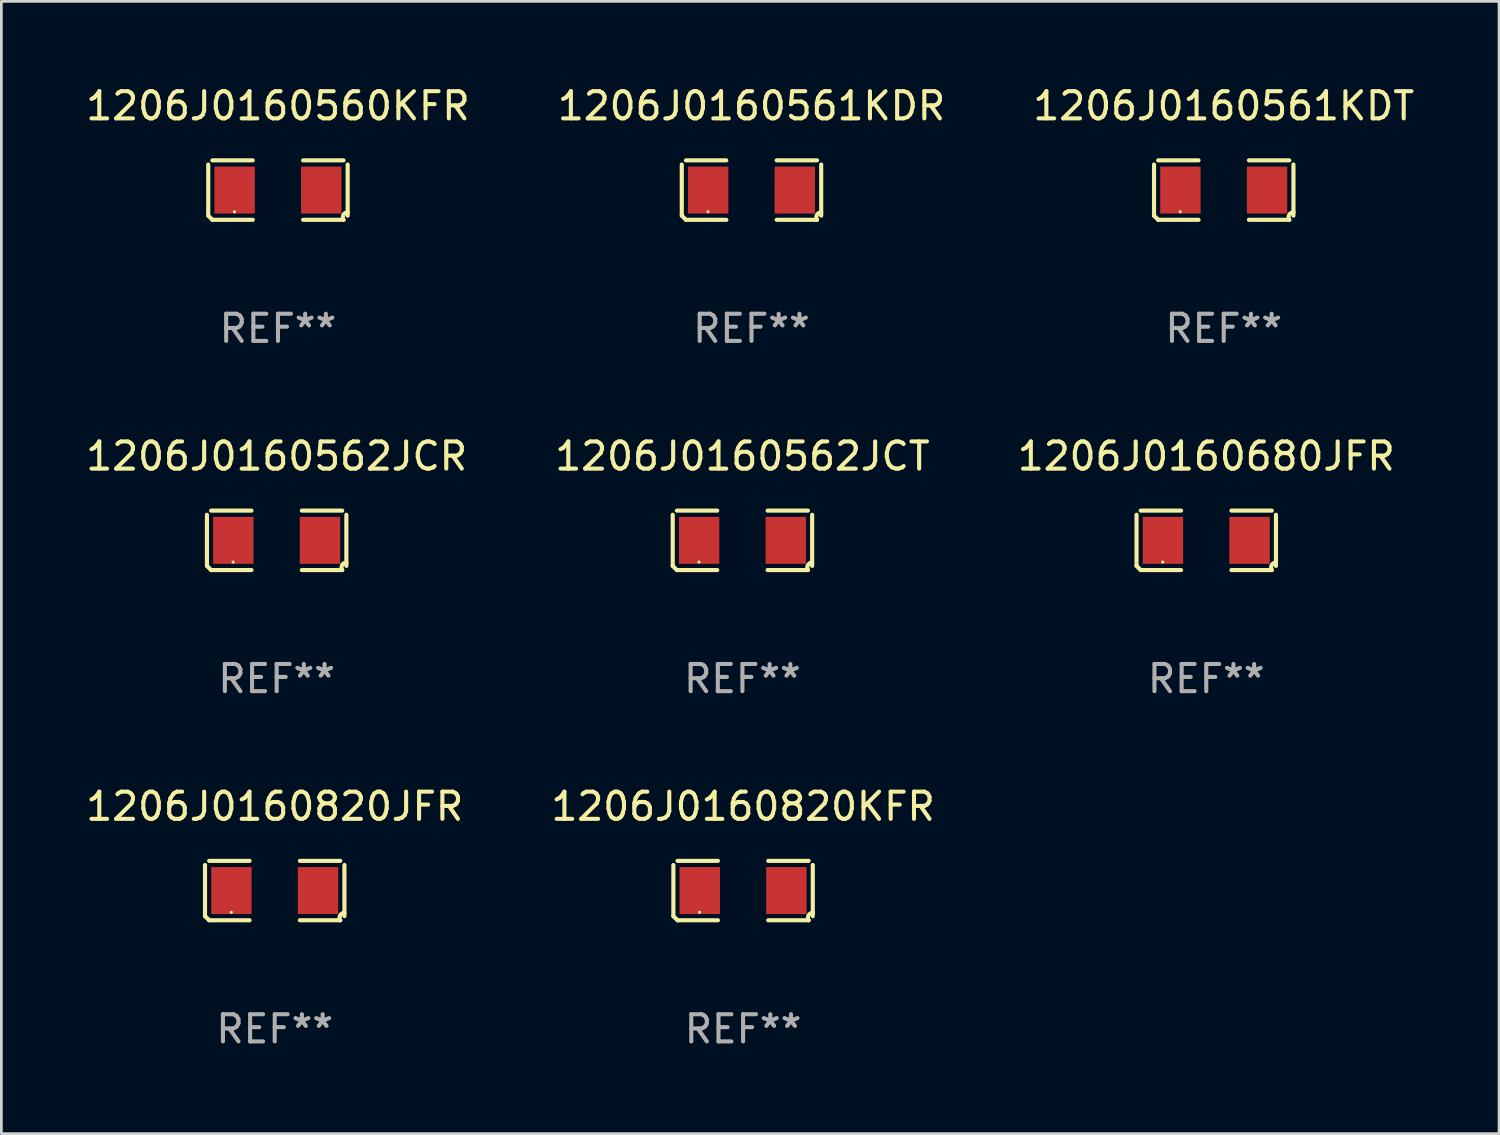
<source format=kicad_pcb>
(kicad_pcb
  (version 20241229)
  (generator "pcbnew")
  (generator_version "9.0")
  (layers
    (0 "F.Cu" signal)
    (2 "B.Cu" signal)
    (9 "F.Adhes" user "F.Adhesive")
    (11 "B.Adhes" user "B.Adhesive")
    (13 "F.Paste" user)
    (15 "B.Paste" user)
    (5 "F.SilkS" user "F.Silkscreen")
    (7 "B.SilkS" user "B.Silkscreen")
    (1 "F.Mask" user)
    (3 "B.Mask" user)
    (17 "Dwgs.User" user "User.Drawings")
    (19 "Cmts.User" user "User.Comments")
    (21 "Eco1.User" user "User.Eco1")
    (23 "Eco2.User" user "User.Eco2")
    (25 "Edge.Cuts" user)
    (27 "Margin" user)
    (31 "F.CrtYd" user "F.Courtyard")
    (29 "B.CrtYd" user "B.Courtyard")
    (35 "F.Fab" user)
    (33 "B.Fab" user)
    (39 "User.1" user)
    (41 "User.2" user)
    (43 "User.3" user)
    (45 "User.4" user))
  (footprint "1206J0160562JCT"
    (layer "F.Cu")
    (at 24.256 16.823)
    (property "Reference" "1206J0160562JCT" (at 0 -3.093 0) (layer "F.SilkS") (effects (font (size 1 1) (thickness 0.15))))
    (attr through_hole)
    (fp_line (start -2.564 0.94) (end -2.564 -0.94) (stroke (width 0.152) (type solid)) (layer "F.SilkS"))
    (fp_line (start -2.411 -1.093) (end -0.926 -1.093) (stroke (width 0.152) (type solid)) (layer "F.SilkS"))
    (fp_line (start -0.926 1.093) (end -2.411 1.093) (stroke (width 0.152) (type solid)) (layer "F.SilkS"))
    (fp_line (start 0.926 1.093) (end 2.411 1.093) (stroke (width 0.152) (type solid)) (layer "F.SilkS"))
    (fp_line (start 2.411 -1.093) (end 0.926 -1.093) (stroke (width 0.152) (type solid)) (layer "F.SilkS"))
    (fp_line (start 2.564 0.94) (end 2.564 -0.94) (stroke (width 0.152) (type solid)) (layer "F.SilkS"))
    (fp_arc (start -2.411201 1.092609) (mid -2.487413 1.01642) (end -2.563602 0.940208) (stroke (width 0.1524) (type solid)) (layer "F.SilkS"))
    (fp_arc (start 2.411201 1.092609) (mid 2.407159 0.911226) (end 2.563602 0.819347) (stroke (width 0.1524) (type solid)) (layer "F.SilkS"))
    (fp_circle (center -1.6 0.8) (end -1.57 0.8) (stroke (width 0.06) (type solid)) (fill no) (layer "F.SilkS"))
    (fp_text user "REF**" (at 0 5.093 0) (layer "F.Fab") (effects (font (size 1 1) (thickness 0.15))))
    (pad "1" smd rect (at -1.593 0) (size 1.485 1.728) (layers "F.Cu" "F.Mask" "F.Paste"))
    (pad "2" smd rect (at 1.593 0) (size 1.485 1.728) (layers "F.Cu" "F.Mask" "F.Paste")))
  (footprint "1206J0160820JFR"
    (layer "F.Cu")
    (at 7.054 29.704)
    (property "Reference" "1206J0160820JFR" (at 0 -3.093 0) (layer "F.SilkS") (effects (font (size 1 1) (thickness 0.15))))
    (attr through_hole)
    (fp_line (start -2.564 0.94) (end -2.564 -0.94) (stroke (width 0.152) (type solid)) (layer "F.SilkS"))
    (fp_line (start -2.411 -1.093) (end -0.926 -1.093) (stroke (width 0.152) (type solid)) (layer "F.SilkS"))
    (fp_line (start -0.926 1.093) (end -2.411 1.093) (stroke (width 0.152) (type solid)) (layer "F.SilkS"))
    (fp_line (start 0.926 1.093) (end 2.411 1.093) (stroke (width 0.152) (type solid)) (layer "F.SilkS"))
    (fp_line (start 2.411 -1.093) (end 0.926 -1.093) (stroke (width 0.152) (type solid)) (layer "F.SilkS"))
    (fp_line (start 2.564 0.94) (end 2.564 -0.94) (stroke (width 0.152) (type solid)) (layer "F.SilkS"))
    (fp_arc (start -2.411201 1.092609) (mid -2.487413 1.01642) (end -2.563602 0.940208) (stroke (width 0.1524) (type solid)) (layer "F.SilkS"))
    (fp_arc (start 2.411201 1.092609) (mid 2.407159 0.911226) (end 2.563602 0.819347) (stroke (width 0.1524) (type solid)) (layer "F.SilkS"))
    (fp_circle (center -1.6 0.8) (end -1.57 0.8) (stroke (width 0.06) (type solid)) (fill no) (layer "F.SilkS"))
    (fp_text user "REF**" (at 0 5.093 0) (layer "F.Fab") (effects (font (size 1 1) (thickness 0.15))))
    (pad "1" smd rect (at -1.593 0) (size 1.485 1.728) (layers "F.Cu" "F.Mask" "F.Paste"))
    (pad "2" smd rect (at 1.593 0) (size 1.485 1.728) (layers "F.Cu" "F.Mask" "F.Paste")))
  (footprint "1206J0160561KDT"
    (layer "F.Cu")
    (at 41.958 3.941)
    (property "Reference" "1206J0160561KDT" (at 0 -3.093 0) (layer "F.SilkS") (effects (font (size 1 1) (thickness 0.15))))
    (attr through_hole)
    (fp_line (start -2.564 0.94) (end -2.564 -0.94) (stroke (width 0.152) (type solid)) (layer "F.SilkS"))
    (fp_line (start -2.411 -1.093) (end -0.926 -1.093) (stroke (width 0.152) (type solid)) (layer "F.SilkS"))
    (fp_line (start -0.926 1.093) (end -2.411 1.093) (stroke (width 0.152) (type solid)) (layer "F.SilkS"))
    (fp_line (start 0.926 1.093) (end 2.411 1.093) (stroke (width 0.152) (type solid)) (layer "F.SilkS"))
    (fp_line (start 2.411 -1.093) (end 0.926 -1.093) (stroke (width 0.152) (type solid)) (layer "F.SilkS"))
    (fp_line (start 2.564 0.94) (end 2.564 -0.94) (stroke (width 0.152) (type solid)) (layer "F.SilkS"))
    (fp_arc (start -2.411201 1.092609) (mid -2.487413 1.01642) (end -2.563602 0.940208) (stroke (width 0.1524) (type solid)) (layer "F.SilkS"))
    (fp_arc (start 2.411201 1.092609) (mid 2.407159 0.911226) (end 2.563602 0.819347) (stroke (width 0.1524) (type solid)) (layer "F.SilkS"))
    (fp_circle (center -1.6 0.8) (end -1.57 0.8) (stroke (width 0.06) (type solid)) (fill no) (layer "F.SilkS"))
    (fp_text user "REF**" (at 0 5.093 0) (layer "F.Fab") (effects (font (size 1 1) (thickness 0.15))))
    (pad "1" smd rect (at -1.593 0) (size 1.485 1.728) (layers "F.Cu" "F.Mask" "F.Paste"))
    (pad "2" smd rect (at 1.593 0) (size 1.485 1.728) (layers "F.Cu" "F.Mask" "F.Paste")))
  (footprint "1206J0160680JFR"
    (layer "F.Cu")
    (at 41.315 16.823)
    (property "Reference" "1206J0160680JFR" (at 0 -3.093 0) (layer "F.SilkS") (effects (font (size 1 1) (thickness 0.15))))
    (attr through_hole)
    (fp_line (start -2.564 0.94) (end -2.564 -0.94) (stroke (width 0.152) (type solid)) (layer "F.SilkS"))
    (fp_line (start -2.411 -1.093) (end -0.926 -1.093) (stroke (width 0.152) (type solid)) (layer "F.SilkS"))
    (fp_line (start -0.926 1.093) (end -2.411 1.093) (stroke (width 0.152) (type solid)) (layer "F.SilkS"))
    (fp_line (start 0.926 1.093) (end 2.411 1.093) (stroke (width 0.152) (type solid)) (layer "F.SilkS"))
    (fp_line (start 2.411 -1.093) (end 0.926 -1.093) (stroke (width 0.152) (type solid)) (layer "F.SilkS"))
    (fp_line (start 2.564 0.94) (end 2.564 -0.94) (stroke (width 0.152) (type solid)) (layer "F.SilkS"))
    (fp_arc (start -2.411201 1.092609) (mid -2.487413 1.01642) (end -2.563602 0.940208) (stroke (width 0.1524) (type solid)) (layer "F.SilkS"))
    (fp_arc (start 2.411201 1.092609) (mid 2.407159 0.911226) (end 2.563602 0.819347) (stroke (width 0.1524) (type solid)) (layer "F.SilkS"))
    (fp_circle (center -1.6 0.8) (end -1.57 0.8) (stroke (width 0.06) (type solid)) (fill no) (layer "F.SilkS"))
    (fp_text user "REF**" (at 0 5.093 0) (layer "F.Fab") (effects (font (size 1 1) (thickness 0.15))))
    (pad "1" smd rect (at -1.593 0) (size 1.485 1.728) (layers "F.Cu" "F.Mask" "F.Paste"))
    (pad "2" smd rect (at 1.593 0) (size 1.485 1.728) (layers "F.Cu" "F.Mask" "F.Paste")))
  (footprint "1206J0160562JCR"
    (layer "F.Cu")
    (at 7.125 16.823)
    (property "Reference" "1206J0160562JCR" (at 0 -3.093 0) (layer "F.SilkS") (effects (font (size 1 1) (thickness 0.15))))
    (attr through_hole)
    (fp_line (start -2.564 0.94) (end -2.564 -0.94) (stroke (width 0.152) (type solid)) (layer "F.SilkS"))
    (fp_line (start -2.411 -1.093) (end -0.926 -1.093) (stroke (width 0.152) (type solid)) (layer "F.SilkS"))
    (fp_line (start -0.926 1.093) (end -2.411 1.093) (stroke (width 0.152) (type solid)) (layer "F.SilkS"))
    (fp_line (start 0.926 1.093) (end 2.411 1.093) (stroke (width 0.152) (type solid)) (layer "F.SilkS"))
    (fp_line (start 2.411 -1.093) (end 0.926 -1.093) (stroke (width 0.152) (type solid)) (layer "F.SilkS"))
    (fp_line (start 2.564 0.94) (end 2.564 -0.94) (stroke (width 0.152) (type solid)) (layer "F.SilkS"))
    (fp_arc (start -2.411201 1.092609) (mid -2.487413 1.01642) (end -2.563602 0.940208) (stroke (width 0.1524) (type solid)) (layer "F.SilkS"))
    (fp_arc (start 2.411201 1.092609) (mid 2.407159 0.911226) (end 2.563602 0.819347) (stroke (width 0.1524) (type solid)) (layer "F.SilkS"))
    (fp_circle (center -1.6 0.8) (end -1.57 0.8) (stroke (width 0.06) (type solid)) (fill no) (layer "F.SilkS"))
    (fp_text user "REF**" (at 0 5.093 0) (layer "F.Fab") (effects (font (size 1 1) (thickness 0.15))))
    (pad "1" smd rect (at -1.593 0) (size 1.485 1.728) (layers "F.Cu" "F.Mask" "F.Paste"))
    (pad "2" smd rect (at 1.593 0) (size 1.485 1.728) (layers "F.Cu" "F.Mask" "F.Paste")))
  (footprint "1206J0160820KFR"
    (layer "F.Cu")
    (at 24.28 29.704)
    (property "Reference" "1206J0160820KFR" (at 0 -3.093 0) (layer "F.SilkS") (effects (font (size 1 1) (thickness 0.15))))
    (attr through_hole)
    (fp_line (start -2.564 0.94) (end -2.564 -0.94) (stroke (width 0.152) (type solid)) (layer "F.SilkS"))
    (fp_line (start -2.411 -1.093) (end -0.926 -1.093) (stroke (width 0.152) (type solid)) (layer "F.SilkS"))
    (fp_line (start -0.926 1.093) (end -2.411 1.093) (stroke (width 0.152) (type solid)) (layer "F.SilkS"))
    (fp_line (start 0.926 1.093) (end 2.411 1.093) (stroke (width 0.152) (type solid)) (layer "F.SilkS"))
    (fp_line (start 2.411 -1.093) (end 0.926 -1.093) (stroke (width 0.152) (type solid)) (layer "F.SilkS"))
    (fp_line (start 2.564 0.94) (end 2.564 -0.94) (stroke (width 0.152) (type solid)) (layer "F.SilkS"))
    (fp_arc (start -2.411201 1.092609) (mid -2.487413 1.01642) (end -2.563602 0.940208) (stroke (width 0.1524) (type solid)) (layer "F.SilkS"))
    (fp_arc (start 2.411201 1.092609) (mid 2.407159 0.911226) (end 2.563602 0.819347) (stroke (width 0.1524) (type solid)) (layer "F.SilkS"))
    (fp_circle (center -1.6 0.8) (end -1.57 0.8) (stroke (width 0.06) (type solid)) (fill no) (layer "F.SilkS"))
    (fp_text user "REF**" (at 0 5.093 0) (layer "F.Fab") (effects (font (size 1 1) (thickness 0.15))))
    (pad "1" smd rect (at -1.593 0) (size 1.485 1.728) (layers "F.Cu" "F.Mask" "F.Paste"))
    (pad "2" smd rect (at 1.593 0) (size 1.485 1.728) (layers "F.Cu" "F.Mask" "F.Paste")))
  (footprint "1206J0160561KDR"
    (layer "F.Cu")
    (at 24.589 3.941)
    (property "Reference" "1206J0160561KDR" (at 0 -3.093 0) (layer "F.SilkS") (effects (font (size 1 1) (thickness 0.15))))
    (attr through_hole)
    (fp_line (start -2.564 0.94) (end -2.564 -0.94) (stroke (width 0.152) (type solid)) (layer "F.SilkS"))
    (fp_line (start -2.411 -1.093) (end -0.926 -1.093) (stroke (width 0.152) (type solid)) (layer "F.SilkS"))
    (fp_line (start -0.926 1.093) (end -2.411 1.093) (stroke (width 0.152) (type solid)) (layer "F.SilkS"))
    (fp_line (start 0.926 1.093) (end 2.411 1.093) (stroke (width 0.152) (type solid)) (layer "F.SilkS"))
    (fp_line (start 2.411 -1.093) (end 0.926 -1.093) (stroke (width 0.152) (type solid)) (layer "F.SilkS"))
    (fp_line (start 2.564 0.94) (end 2.564 -0.94) (stroke (width 0.152) (type solid)) (layer "F.SilkS"))
    (fp_arc (start -2.411201 1.092609) (mid -2.487413 1.01642) (end -2.563602 0.940208) (stroke (width 0.1524) (type solid)) (layer "F.SilkS"))
    (fp_arc (start 2.411201 1.092609) (mid 2.407159 0.911226) (end 2.563602 0.819347) (stroke (width 0.1524) (type solid)) (layer "F.SilkS"))
    (fp_circle (center -1.6 0.8) (end -1.57 0.8) (stroke (width 0.06) (type solid)) (fill no) (layer "F.SilkS"))
    (fp_text user "REF**" (at 0 5.093 0) (layer "F.Fab") (effects (font (size 1 1) (thickness 0.15))))
    (pad "1" smd rect (at -1.593 0) (size 1.485 1.728) (layers "F.Cu" "F.Mask" "F.Paste"))
    (pad "2" smd rect (at 1.593 0) (size 1.485 1.728) (layers "F.Cu" "F.Mask" "F.Paste")))
  (footprint "1206J0160560KFR"
    (layer "F.Cu")
    (at 7.173 3.941)
    (property "Reference" "1206J0160560KFR" (at 0 -3.093 0) (layer "F.SilkS") (effects (font (size 1 1) (thickness 0.15))))
    (attr through_hole)
    (fp_line (start -2.564 0.94) (end -2.564 -0.94) (stroke (width 0.152) (type solid)) (layer "F.SilkS"))
    (fp_line (start -2.411 -1.093) (end -0.926 -1.093) (stroke (width 0.152) (type solid)) (layer "F.SilkS"))
    (fp_line (start -0.926 1.093) (end -2.411 1.093) (stroke (width 0.152) (type solid)) (layer "F.SilkS"))
    (fp_line (start 0.926 1.093) (end 2.411 1.093) (stroke (width 0.152) (type solid)) (layer "F.SilkS"))
    (fp_line (start 2.411 -1.093) (end 0.926 -1.093) (stroke (width 0.152) (type solid)) (layer "F.SilkS"))
    (fp_line (start 2.564 0.94) (end 2.564 -0.94) (stroke (width 0.152) (type solid)) (layer "F.SilkS"))
    (fp_arc (start -2.411201 1.092609) (mid -2.487413 1.01642) (end -2.563602 0.940208) (stroke (width 0.1524) (type solid)) (layer "F.SilkS"))
    (fp_arc (start 2.411201 1.092609) (mid 2.407159 0.911226) (end 2.563602 0.819347) (stroke (width 0.1524) (type solid)) (layer "F.SilkS"))
    (fp_circle (center -1.6 0.8) (end -1.57 0.8) (stroke (width 0.06) (type solid)) (fill no) (layer "F.SilkS"))
    (fp_text user "REF**" (at 0 5.093 0) (layer "F.Fab") (effects (font (size 1 1) (thickness 0.15))))
    (pad "1" smd rect (at -1.593 0) (size 1.485 1.728) (layers "F.Cu" "F.Mask" "F.Paste"))
    (pad "2" smd rect (at 1.593 0) (size 1.485 1.728) (layers "F.Cu" "F.Mask" "F.Paste")))
  (gr_rect
    (start -3 -3)
    (end 52.083 38.645)
    (stroke (width 0.1) (type default))
    (fill no)
    (layer "Edge.Cuts")))
</source>
